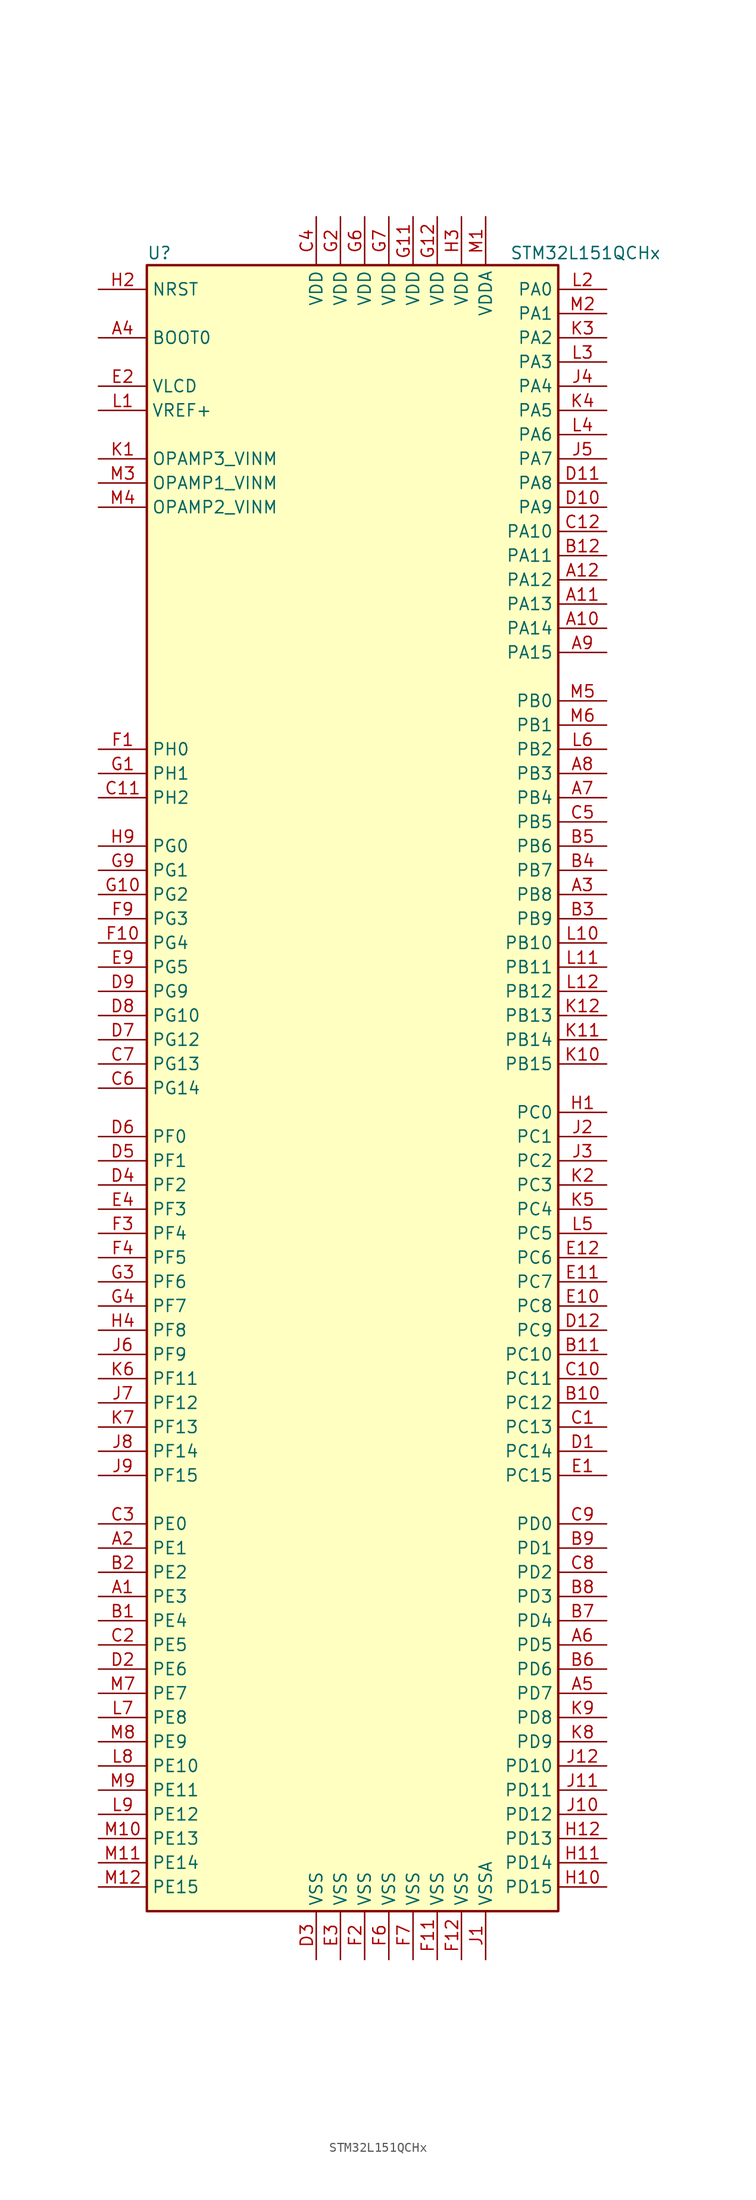
<source format=kicad_sym>
(kicad_symbol_lib
  (version 20201005)
  (generator kicad_symbol_editor)
  (symbol "MCU_ST_STM32L1:STM32L151QCHx"
    (property "Reference" "U"
      (at -22.86 87.63 0)
      (effects (font (size 1.27 1.27)) (justify left)))
    (property "Value" "STM32L151QCHx"
      (at 15.24 87.63 0)
      (effects (font (size 1.27 1.27)) (justify left)))
    (symbol "STM32L151QCHx_0_1"
      (rectangle (start -22.86 -86.36) (end 20.32 86.36) (stroke (width 0.254)) (fill (type background))))
    (symbol "STM32L151QCHx_1_1"
      (pin input line (at -27.94 78.74 0) (length 5.08) (name "BOOT0" (effects (font (size 1.27 1.27)))) (number "A4" (effects (font (size 1.27 1.27)))))
      (pin input line (at -27.94 83.82 0) (length 5.08) (name "NRST" (effects (font (size 1.27 1.27)))) (number "H2" (effects (font (size 1.27 1.27)))))
      (pin bidirectional line (at -27.94 63.5 0) (length 5.08) (name "OPAMP1_VINM" (effects (font (size 1.27 1.27)))) (number "M3" (effects (font (size 1.27 1.27)))))
      (pin bidirectional line (at -27.94 60.96 0) (length 5.08) (name "OPAMP2_VINM" (effects (font (size 1.27 1.27)))) (number "M4" (effects (font (size 1.27 1.27)))))
      (pin bidirectional line (at -27.94 66.04 0) (length 5.08) (name "OPAMP3_VINM" (effects (font (size 1.27 1.27)))) (number "K1" (effects (font (size 1.27 1.27)))))
      (pin bidirectional line (at 25.4 83.82 180) (length 5.08) (name "PA0" (effects (font (size 1.27 1.27)))) (number "L2" (effects (font (size 1.27 1.27)))))
      (pin bidirectional line (at 25.4 81.28 180) (length 5.08) (name "PA1" (effects (font (size 1.27 1.27)))) (number "M2" (effects (font (size 1.27 1.27)))))
      (pin bidirectional line (at 25.4 58.42 180) (length 5.08) (name "PA10" (effects (font (size 1.27 1.27)))) (number "C12" (effects (font (size 1.27 1.27)))))
      (pin bidirectional line (at 25.4 55.88 180) (length 5.08) (name "PA11" (effects (font (size 1.27 1.27)))) (number "B12" (effects (font (size 1.27 1.27)))))
      (pin bidirectional line (at 25.4 53.34 180) (length 5.08) (name "PA12" (effects (font (size 1.27 1.27)))) (number "A12" (effects (font (size 1.27 1.27)))))
      (pin bidirectional line (at 25.4 50.8 180) (length 5.08) (name "PA13" (effects (font (size 1.27 1.27)))) (number "A11" (effects (font (size 1.27 1.27)))))
      (pin bidirectional line (at 25.4 48.26 180) (length 5.08) (name "PA14" (effects (font (size 1.27 1.27)))) (number "A10" (effects (font (size 1.27 1.27)))))
      (pin bidirectional line (at 25.4 45.72 180) (length 5.08) (name "PA15" (effects (font (size 1.27 1.27)))) (number "A9" (effects (font (size 1.27 1.27)))))
      (pin bidirectional line (at 25.4 78.74 180) (length 5.08) (name "PA2" (effects (font (size 1.27 1.27)))) (number "K3" (effects (font (size 1.27 1.27)))))
      (pin bidirectional line (at 25.4 76.2 180) (length 5.08) (name "PA3" (effects (font (size 1.27 1.27)))) (number "L3" (effects (font (size 1.27 1.27)))))
      (pin bidirectional line (at 25.4 73.66 180) (length 5.08) (name "PA4" (effects (font (size 1.27 1.27)))) (number "J4" (effects (font (size 1.27 1.27)))))
      (pin bidirectional line (at 25.4 71.12 180) (length 5.08) (name "PA5" (effects (font (size 1.27 1.27)))) (number "K4" (effects (font (size 1.27 1.27)))))
      (pin bidirectional line (at 25.4 68.58 180) (length 5.08) (name "PA6" (effects (font (size 1.27 1.27)))) (number "L4" (effects (font (size 1.27 1.27)))))
      (pin bidirectional line (at 25.4 66.04 180) (length 5.08) (name "PA7" (effects (font (size 1.27 1.27)))) (number "J5" (effects (font (size 1.27 1.27)))))
      (pin bidirectional line (at 25.4 63.5 180) (length 5.08) (name "PA8" (effects (font (size 1.27 1.27)))) (number "D11" (effects (font (size 1.27 1.27)))))
      (pin bidirectional line (at 25.4 60.96 180) (length 5.08) (name "PA9" (effects (font (size 1.27 1.27)))) (number "D10" (effects (font (size 1.27 1.27)))))
      (pin bidirectional line (at 25.4 40.64 180) (length 5.08) (name "PB0" (effects (font (size 1.27 1.27)))) (number "M5" (effects (font (size 1.27 1.27)))))
      (pin bidirectional line (at 25.4 38.1 180) (length 5.08) (name "PB1" (effects (font (size 1.27 1.27)))) (number "M6" (effects (font (size 1.27 1.27)))))
      (pin bidirectional line (at 25.4 15.24 180) (length 5.08) (name "PB10" (effects (font (size 1.27 1.27)))) (number "L10" (effects (font (size 1.27 1.27)))))
      (pin bidirectional line (at 25.4 12.7 180) (length 5.08) (name "PB11" (effects (font (size 1.27 1.27)))) (number "L11" (effects (font (size 1.27 1.27)))))
      (pin bidirectional line (at 25.4 10.16 180) (length 5.08) (name "PB12" (effects (font (size 1.27 1.27)))) (number "L12" (effects (font (size 1.27 1.27)))))
      (pin bidirectional line (at 25.4 7.62 180) (length 5.08) (name "PB13" (effects (font (size 1.27 1.27)))) (number "K12" (effects (font (size 1.27 1.27)))))
      (pin bidirectional line (at 25.4 5.08 180) (length 5.08) (name "PB14" (effects (font (size 1.27 1.27)))) (number "K11" (effects (font (size 1.27 1.27)))))
      (pin bidirectional line (at 25.4 2.54 180) (length 5.08) (name "PB15" (effects (font (size 1.27 1.27)))) (number "K10" (effects (font (size 1.27 1.27)))))
      (pin bidirectional line (at 25.4 35.56 180) (length 5.08) (name "PB2" (effects (font (size 1.27 1.27)))) (number "L6" (effects (font (size 1.27 1.27)))))
      (pin bidirectional line (at 25.4 33.02 180) (length 5.08) (name "PB3" (effects (font (size 1.27 1.27)))) (number "A8" (effects (font (size 1.27 1.27)))))
      (pin bidirectional line (at 25.4 30.48 180) (length 5.08) (name "PB4" (effects (font (size 1.27 1.27)))) (number "A7" (effects (font (size 1.27 1.27)))))
      (pin bidirectional line (at 25.4 27.94 180) (length 5.08) (name "PB5" (effects (font (size 1.27 1.27)))) (number "C5" (effects (font (size 1.27 1.27)))))
      (pin bidirectional line (at 25.4 25.4 180) (length 5.08) (name "PB6" (effects (font (size 1.27 1.27)))) (number "B5" (effects (font (size 1.27 1.27)))))
      (pin bidirectional line (at 25.4 22.86 180) (length 5.08) (name "PB7" (effects (font (size 1.27 1.27)))) (number "B4" (effects (font (size 1.27 1.27)))))
      (pin bidirectional line (at 25.4 20.32 180) (length 5.08) (name "PB8" (effects (font (size 1.27 1.27)))) (number "A3" (effects (font (size 1.27 1.27)))))
      (pin bidirectional line (at 25.4 17.78 180) (length 5.08) (name "PB9" (effects (font (size 1.27 1.27)))) (number "B3" (effects (font (size 1.27 1.27)))))
      (pin bidirectional line (at 25.4 -2.54 180) (length 5.08) (name "PC0" (effects (font (size 1.27 1.27)))) (number "H1" (effects (font (size 1.27 1.27)))))
      (pin bidirectional line (at 25.4 -5.08 180) (length 5.08) (name "PC1" (effects (font (size 1.27 1.27)))) (number "J2" (effects (font (size 1.27 1.27)))))
      (pin bidirectional line (at 25.4 -27.94 180) (length 5.08) (name "PC10" (effects (font (size 1.27 1.27)))) (number "B11" (effects (font (size 1.27 1.27)))))
      (pin bidirectional line (at 25.4 -30.48 180) (length 5.08) (name "PC11" (effects (font (size 1.27 1.27)))) (number "C10" (effects (font (size 1.27 1.27)))))
      (pin bidirectional line (at 25.4 -33.02 180) (length 5.08) (name "PC12" (effects (font (size 1.27 1.27)))) (number "B10" (effects (font (size 1.27 1.27)))))
      (pin bidirectional line (at 25.4 -35.56 180) (length 5.08) (name "PC13" (effects (font (size 1.27 1.27)))) (number "C1" (effects (font (size 1.27 1.27)))))
      (pin bidirectional line (at 25.4 -38.1 180) (length 5.08) (name "PC14" (effects (font (size 1.27 1.27)))) (number "D1" (effects (font (size 1.27 1.27)))))
      (pin bidirectional line (at 25.4 -40.64 180) (length 5.08) (name "PC15" (effects (font (size 1.27 1.27)))) (number "E1" (effects (font (size 1.27 1.27)))))
      (pin bidirectional line (at 25.4 -7.62 180) (length 5.08) (name "PC2" (effects (font (size 1.27 1.27)))) (number "J3" (effects (font (size 1.27 1.27)))))
      (pin bidirectional line (at 25.4 -10.16 180) (length 5.08) (name "PC3" (effects (font (size 1.27 1.27)))) (number "K2" (effects (font (size 1.27 1.27)))))
      (pin bidirectional line (at 25.4 -12.7 180) (length 5.08) (name "PC4" (effects (font (size 1.27 1.27)))) (number "K5" (effects (font (size 1.27 1.27)))))
      (pin bidirectional line (at 25.4 -15.24 180) (length 5.08) (name "PC5" (effects (font (size 1.27 1.27)))) (number "L5" (effects (font (size 1.27 1.27)))))
      (pin bidirectional line (at 25.4 -17.78 180) (length 5.08) (name "PC6" (effects (font (size 1.27 1.27)))) (number "E12" (effects (font (size 1.27 1.27)))))
      (pin bidirectional line (at 25.4 -20.32 180) (length 5.08) (name "PC7" (effects (font (size 1.27 1.27)))) (number "E11" (effects (font (size 1.27 1.27)))))
      (pin bidirectional line (at 25.4 -22.86 180) (length 5.08) (name "PC8" (effects (font (size 1.27 1.27)))) (number "E10" (effects (font (size 1.27 1.27)))))
      (pin bidirectional line (at 25.4 -25.4 180) (length 5.08) (name "PC9" (effects (font (size 1.27 1.27)))) (number "D12" (effects (font (size 1.27 1.27)))))
      (pin bidirectional line (at 25.4 -45.72 180) (length 5.08) (name "PD0" (effects (font (size 1.27 1.27)))) (number "C9" (effects (font (size 1.27 1.27)))))
      (pin bidirectional line (at 25.4 -48.26 180) (length 5.08) (name "PD1" (effects (font (size 1.27 1.27)))) (number "B9" (effects (font (size 1.27 1.27)))))
      (pin bidirectional line (at 25.4 -71.12 180) (length 5.08) (name "PD10" (effects (font (size 1.27 1.27)))) (number "J12" (effects (font (size 1.27 1.27)))))
      (pin bidirectional line (at 25.4 -73.66 180) (length 5.08) (name "PD11" (effects (font (size 1.27 1.27)))) (number "J11" (effects (font (size 1.27 1.27)))))
      (pin bidirectional line (at 25.4 -76.2 180) (length 5.08) (name "PD12" (effects (font (size 1.27 1.27)))) (number "J10" (effects (font (size 1.27 1.27)))))
      (pin bidirectional line (at 25.4 -78.74 180) (length 5.08) (name "PD13" (effects (font (size 1.27 1.27)))) (number "H12" (effects (font (size 1.27 1.27)))))
      (pin bidirectional line (at 25.4 -81.28 180) (length 5.08) (name "PD14" (effects (font (size 1.27 1.27)))) (number "H11" (effects (font (size 1.27 1.27)))))
      (pin bidirectional line (at 25.4 -83.82 180) (length 5.08) (name "PD15" (effects (font (size 1.27 1.27)))) (number "H10" (effects (font (size 1.27 1.27)))))
      (pin bidirectional line (at 25.4 -50.8 180) (length 5.08) (name "PD2" (effects (font (size 1.27 1.27)))) (number "C8" (effects (font (size 1.27 1.27)))))
      (pin bidirectional line (at 25.4 -53.34 180) (length 5.08) (name "PD3" (effects (font (size 1.27 1.27)))) (number "B8" (effects (font (size 1.27 1.27)))))
      (pin bidirectional line (at 25.4 -55.88 180) (length 5.08) (name "PD4" (effects (font (size 1.27 1.27)))) (number "B7" (effects (font (size 1.27 1.27)))))
      (pin bidirectional line (at 25.4 -58.42 180) (length 5.08) (name "PD5" (effects (font (size 1.27 1.27)))) (number "A6" (effects (font (size 1.27 1.27)))))
      (pin bidirectional line (at 25.4 -60.96 180) (length 5.08) (name "PD6" (effects (font (size 1.27 1.27)))) (number "B6" (effects (font (size 1.27 1.27)))))
      (pin bidirectional line (at 25.4 -63.5 180) (length 5.08) (name "PD7" (effects (font (size 1.27 1.27)))) (number "A5" (effects (font (size 1.27 1.27)))))
      (pin bidirectional line (at 25.4 -66.04 180) (length 5.08) (name "PD8" (effects (font (size 1.27 1.27)))) (number "K9" (effects (font (size 1.27 1.27)))))
      (pin bidirectional line (at 25.4 -68.58 180) (length 5.08) (name "PD9" (effects (font (size 1.27 1.27)))) (number "K8" (effects (font (size 1.27 1.27)))))
      (pin bidirectional line (at -27.94 -45.72 0) (length 5.08) (name "PE0" (effects (font (size 1.27 1.27)))) (number "C3" (effects (font (size 1.27 1.27)))))
      (pin bidirectional line (at -27.94 -48.26 0) (length 5.08) (name "PE1" (effects (font (size 1.27 1.27)))) (number "A2" (effects (font (size 1.27 1.27)))))
      (pin bidirectional line (at -27.94 -71.12 0) (length 5.08) (name "PE10" (effects (font (size 1.27 1.27)))) (number "L8" (effects (font (size 1.27 1.27)))))
      (pin bidirectional line (at -27.94 -73.66 0) (length 5.08) (name "PE11" (effects (font (size 1.27 1.27)))) (number "M9" (effects (font (size 1.27 1.27)))))
      (pin bidirectional line (at -27.94 -76.2 0) (length 5.08) (name "PE12" (effects (font (size 1.27 1.27)))) (number "L9" (effects (font (size 1.27 1.27)))))
      (pin bidirectional line (at -27.94 -78.74 0) (length 5.08) (name "PE13" (effects (font (size 1.27 1.27)))) (number "M10" (effects (font (size 1.27 1.27)))))
      (pin bidirectional line (at -27.94 -81.28 0) (length 5.08) (name "PE14" (effects (font (size 1.27 1.27)))) (number "M11" (effects (font (size 1.27 1.27)))))
      (pin bidirectional line (at -27.94 -83.82 0) (length 5.08) (name "PE15" (effects (font (size 1.27 1.27)))) (number "M12" (effects (font (size 1.27 1.27)))))
      (pin bidirectional line (at -27.94 -50.8 0) (length 5.08) (name "PE2" (effects (font (size 1.27 1.27)))) (number "B2" (effects (font (size 1.27 1.27)))))
      (pin bidirectional line (at -27.94 -53.34 0) (length 5.08) (name "PE3" (effects (font (size 1.27 1.27)))) (number "A1" (effects (font (size 1.27 1.27)))))
      (pin bidirectional line (at -27.94 -55.88 0) (length 5.08) (name "PE4" (effects (font (size 1.27 1.27)))) (number "B1" (effects (font (size 1.27 1.27)))))
      (pin bidirectional line (at -27.94 -58.42 0) (length 5.08) (name "PE5" (effects (font (size 1.27 1.27)))) (number "C2" (effects (font (size 1.27 1.27)))))
      (pin bidirectional line (at -27.94 -60.96 0) (length 5.08) (name "PE6" (effects (font (size 1.27 1.27)))) (number "D2" (effects (font (size 1.27 1.27)))))
      (pin bidirectional line (at -27.94 -63.5 0) (length 5.08) (name "PE7" (effects (font (size 1.27 1.27)))) (number "M7" (effects (font (size 1.27 1.27)))))
      (pin bidirectional line (at -27.94 -66.04 0) (length 5.08) (name "PE8" (effects (font (size 1.27 1.27)))) (number "L7" (effects (font (size 1.27 1.27)))))
      (pin bidirectional line (at -27.94 -68.58 0) (length 5.08) (name "PE9" (effects (font (size 1.27 1.27)))) (number "M8" (effects (font (size 1.27 1.27)))))
      (pin bidirectional line (at -27.94 -5.08 0) (length 5.08) (name "PF0" (effects (font (size 1.27 1.27)))) (number "D6" (effects (font (size 1.27 1.27)))))
      (pin bidirectional line (at -27.94 -7.62 0) (length 5.08) (name "PF1" (effects (font (size 1.27 1.27)))) (number "D5" (effects (font (size 1.27 1.27)))))
      (pin bidirectional line (at -27.94 -30.48 0) (length 5.08) (name "PF11" (effects (font (size 1.27 1.27)))) (number "K6" (effects (font (size 1.27 1.27)))))
      (pin bidirectional line (at -27.94 -33.02 0) (length 5.08) (name "PF12" (effects (font (size 1.27 1.27)))) (number "J7" (effects (font (size 1.27 1.27)))))
      (pin bidirectional line (at -27.94 -35.56 0) (length 5.08) (name "PF13" (effects (font (size 1.27 1.27)))) (number "K7" (effects (font (size 1.27 1.27)))))
      (pin bidirectional line (at -27.94 -38.1 0) (length 5.08) (name "PF14" (effects (font (size 1.27 1.27)))) (number "J8" (effects (font (size 1.27 1.27)))))
      (pin bidirectional line (at -27.94 -40.64 0) (length 5.08) (name "PF15" (effects (font (size 1.27 1.27)))) (number "J9" (effects (font (size 1.27 1.27)))))
      (pin bidirectional line (at -27.94 -10.16 0) (length 5.08) (name "PF2" (effects (font (size 1.27 1.27)))) (number "D4" (effects (font (size 1.27 1.27)))))
      (pin bidirectional line (at -27.94 -12.7 0) (length 5.08) (name "PF3" (effects (font (size 1.27 1.27)))) (number "E4" (effects (font (size 1.27 1.27)))))
      (pin bidirectional line (at -27.94 -15.24 0) (length 5.08) (name "PF4" (effects (font (size 1.27 1.27)))) (number "F3" (effects (font (size 1.27 1.27)))))
      (pin bidirectional line (at -27.94 -17.78 0) (length 5.08) (name "PF5" (effects (font (size 1.27 1.27)))) (number "F4" (effects (font (size 1.27 1.27)))))
      (pin bidirectional line (at -27.94 -20.32 0) (length 5.08) (name "PF6" (effects (font (size 1.27 1.27)))) (number "G3" (effects (font (size 1.27 1.27)))))
      (pin bidirectional line (at -27.94 -22.86 0) (length 5.08) (name "PF7" (effects (font (size 1.27 1.27)))) (number "G4" (effects (font (size 1.27 1.27)))))
      (pin bidirectional line (at -27.94 -25.4 0) (length 5.08) (name "PF8" (effects (font (size 1.27 1.27)))) (number "H4" (effects (font (size 1.27 1.27)))))
      (pin bidirectional line (at -27.94 -27.94 0) (length 5.08) (name "PF9" (effects (font (size 1.27 1.27)))) (number "J6" (effects (font (size 1.27 1.27)))))
      (pin bidirectional line (at -27.94 25.4 0) (length 5.08) (name "PG0" (effects (font (size 1.27 1.27)))) (number "H9" (effects (font (size 1.27 1.27)))))
      (pin bidirectional line (at -27.94 22.86 0) (length 5.08) (name "PG1" (effects (font (size 1.27 1.27)))) (number "G9" (effects (font (size 1.27 1.27)))))
      (pin bidirectional line (at -27.94 7.62 0) (length 5.08) (name "PG10" (effects (font (size 1.27 1.27)))) (number "D8" (effects (font (size 1.27 1.27)))))
      (pin bidirectional line (at -27.94 5.08 0) (length 5.08) (name "PG12" (effects (font (size 1.27 1.27)))) (number "D7" (effects (font (size 1.27 1.27)))))
      (pin bidirectional line (at -27.94 2.54 0) (length 5.08) (name "PG13" (effects (font (size 1.27 1.27)))) (number "C7" (effects (font (size 1.27 1.27)))))
      (pin bidirectional line (at -27.94 0 0) (length 5.08) (name "PG14" (effects (font (size 1.27 1.27)))) (number "C6" (effects (font (size 1.27 1.27)))))
      (pin bidirectional line (at -27.94 20.32 0) (length 5.08) (name "PG2" (effects (font (size 1.27 1.27)))) (number "G10" (effects (font (size 1.27 1.27)))))
      (pin bidirectional line (at -27.94 17.78 0) (length 5.08) (name "PG3" (effects (font (size 1.27 1.27)))) (number "F9" (effects (font (size 1.27 1.27)))))
      (pin bidirectional line (at -27.94 15.24 0) (length 5.08) (name "PG4" (effects (font (size 1.27 1.27)))) (number "F10" (effects (font (size 1.27 1.27)))))
      (pin bidirectional line (at -27.94 12.7 0) (length 5.08) (name "PG5" (effects (font (size 1.27 1.27)))) (number "E9" (effects (font (size 1.27 1.27)))))
      (pin bidirectional line (at -27.94 10.16 0) (length 5.08) (name "PG9" (effects (font (size 1.27 1.27)))) (number "D9" (effects (font (size 1.27 1.27)))))
      (pin input line (at -27.94 35.56 0) (length 5.08) (name "PH0" (effects (font (size 1.27 1.27)))) (number "F1" (effects (font (size 1.27 1.27)))))
      (pin input line (at -27.94 33.02 0) (length 5.08) (name "PH1" (effects (font (size 1.27 1.27)))) (number "G1" (effects (font (size 1.27 1.27)))))
      (pin bidirectional line (at -27.94 30.48 0) (length 5.08) (name "PH2" (effects (font (size 1.27 1.27)))) (number "C11" (effects (font (size 1.27 1.27)))))
      (pin power_in line (at -5.08 91.44 270) (length 5.08) (name "VDD" (effects (font (size 1.27 1.27)))) (number "C4" (effects (font (size 1.27 1.27)))))
      (pin power_in line (at 5.08 91.44 270) (length 5.08) (name "VDD" (effects (font (size 1.27 1.27)))) (number "G11" (effects (font (size 1.27 1.27)))))
      (pin power_in line (at 7.62 91.44 270) (length 5.08) (name "VDD" (effects (font (size 1.27 1.27)))) (number "G12" (effects (font (size 1.27 1.27)))))
      (pin power_in line (at -2.54 91.44 270) (length 5.08) (name "VDD" (effects (font (size 1.27 1.27)))) (number "G2" (effects (font (size 1.27 1.27)))))
      (pin power_in line (at 0 91.44 270) (length 5.08) (name "VDD" (effects (font (size 1.27 1.27)))) (number "G6" (effects (font (size 1.27 1.27)))))
      (pin power_in line (at 2.54 91.44 270) (length 5.08) (name "VDD" (effects (font (size 1.27 1.27)))) (number "G7" (effects (font (size 1.27 1.27)))))
      (pin power_in line (at 10.16 91.44 270) (length 5.08) (name "VDD" (effects (font (size 1.27 1.27)))) (number "H3" (effects (font (size 1.27 1.27)))))
      (pin power_in line (at 12.7 91.44 270) (length 5.08) (name "VDDA" (effects (font (size 1.27 1.27)))) (number "M1" (effects (font (size 1.27 1.27)))))
      (pin power_in line (at -27.94 73.66 0) (length 5.08) (name "VLCD" (effects (font (size 1.27 1.27)))) (number "E2" (effects (font (size 1.27 1.27)))))
      (pin power_in line (at -27.94 71.12 0) (length 5.08) (name "VREF+" (effects (font (size 1.27 1.27)))) (number "L1" (effects (font (size 1.27 1.27)))))
      (pin power_in line (at -5.08 -91.44 90) (length 5.08) (name "VSS" (effects (font (size 1.27 1.27)))) (number "D3" (effects (font (size 1.27 1.27)))))
      (pin power_in line (at -2.54 -91.44 90) (length 5.08) (name "VSS" (effects (font (size 1.27 1.27)))) (number "E3" (effects (font (size 1.27 1.27)))))
      (pin power_in line (at 7.62 -91.44 90) (length 5.08) (name "VSS" (effects (font (size 1.27 1.27)))) (number "F11" (effects (font (size 1.27 1.27)))))
      (pin power_in line (at 10.16 -91.44 90) (length 5.08) (name "VSS" (effects (font (size 1.27 1.27)))) (number "F12" (effects (font (size 1.27 1.27)))))
      (pin power_in line (at 0 -91.44 90) (length 5.08) (name "VSS" (effects (font (size 1.27 1.27)))) (number "F2" (effects (font (size 1.27 1.27)))))
      (pin power_in line (at 2.54 -91.44 90) (length 5.08) (name "VSS" (effects (font (size 1.27 1.27)))) (number "F6" (effects (font (size 1.27 1.27)))))
      (pin power_in line (at 5.08 -91.44 90) (length 5.08) (name "VSS" (effects (font (size 1.27 1.27)))) (number "F7" (effects (font (size 1.27 1.27)))))
      (pin power_in line (at 12.7 -91.44 90) (length 5.08) (name "VSSA" (effects (font (size 1.27 1.27)))) (number "J1" (effects (font (size 1.27 1.27))))))))
</source>
